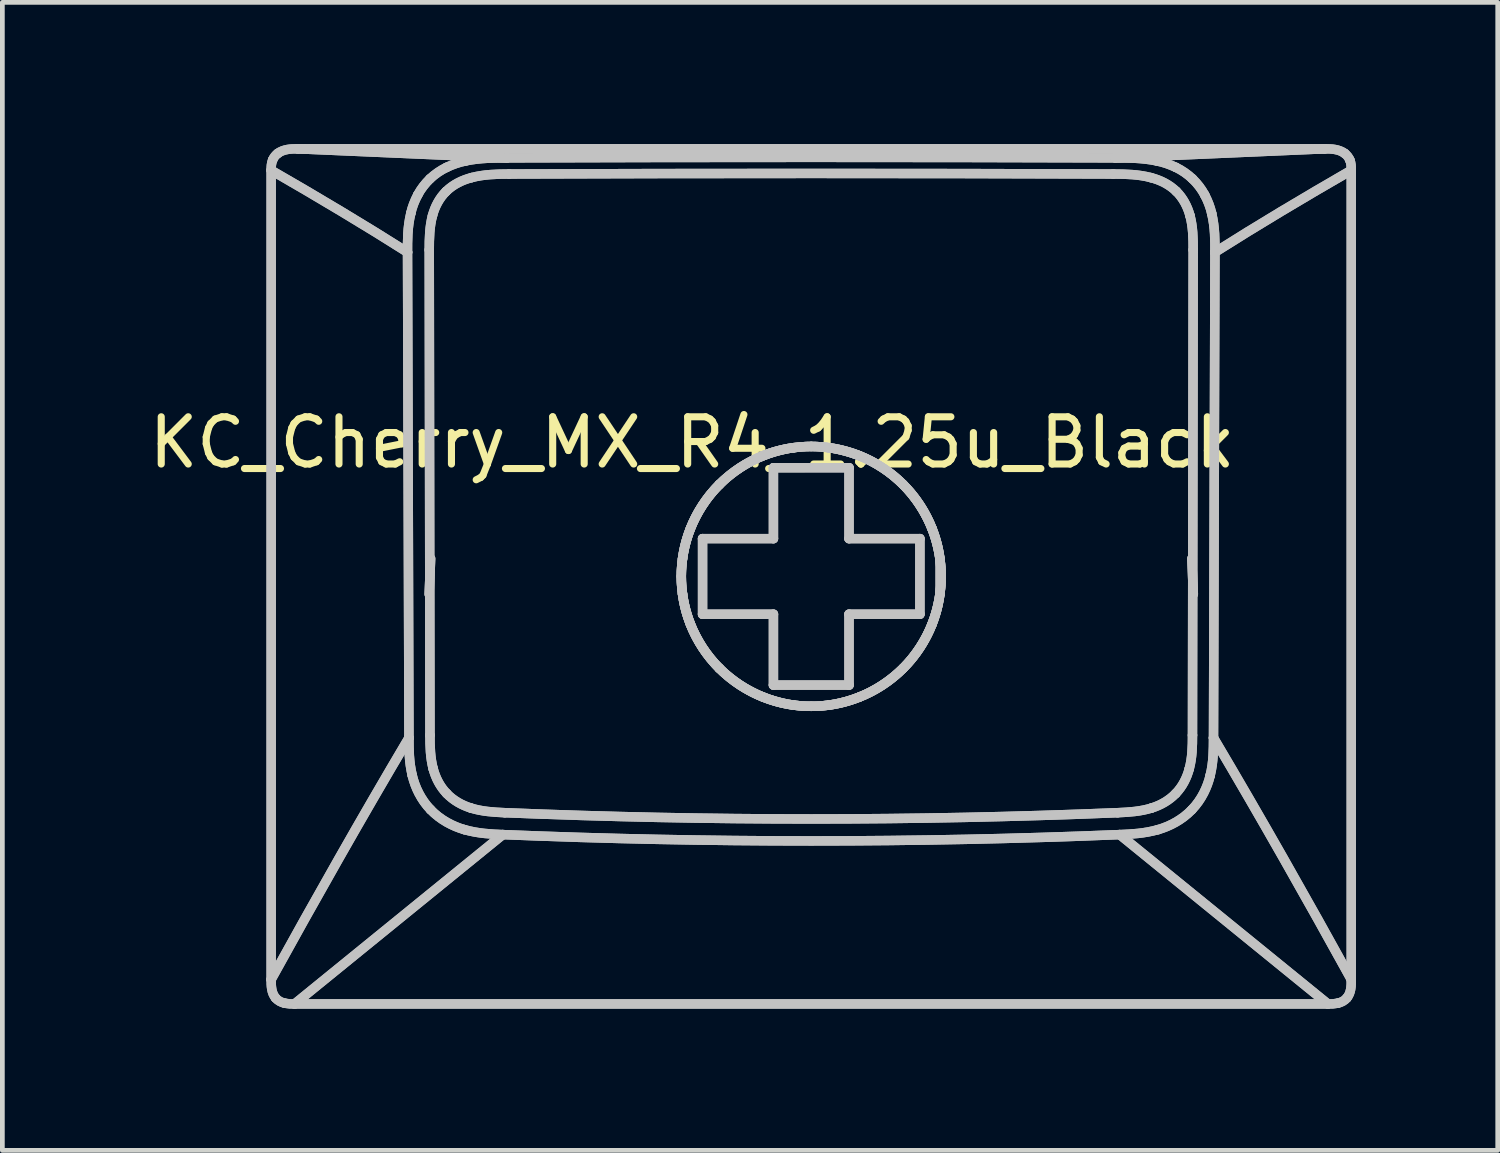
<source format=kicad_pcb>
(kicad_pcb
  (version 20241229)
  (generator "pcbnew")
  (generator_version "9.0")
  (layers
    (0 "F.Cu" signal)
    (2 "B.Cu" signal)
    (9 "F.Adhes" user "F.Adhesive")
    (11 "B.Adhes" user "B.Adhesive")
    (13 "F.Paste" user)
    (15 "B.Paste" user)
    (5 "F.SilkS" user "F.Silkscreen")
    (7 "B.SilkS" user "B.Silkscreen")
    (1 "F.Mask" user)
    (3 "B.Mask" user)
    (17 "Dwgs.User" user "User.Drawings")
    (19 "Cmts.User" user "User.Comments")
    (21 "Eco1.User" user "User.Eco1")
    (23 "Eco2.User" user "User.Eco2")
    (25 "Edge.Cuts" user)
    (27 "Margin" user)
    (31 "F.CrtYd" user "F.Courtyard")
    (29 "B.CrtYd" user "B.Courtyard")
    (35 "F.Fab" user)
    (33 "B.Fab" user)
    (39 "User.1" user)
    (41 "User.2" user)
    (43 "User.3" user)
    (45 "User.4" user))
  (footprint "KC_Cherry_MX_R4_1.25u_Black"
    (layer "F.Cu")
    (at 14.141 9.111)
    (property "Reference" "KC_Cherry_MX_R4_1.25u_Black" (at -2.54 -2.794 0) (layer "F.SilkS") (effects (font (size 1 1) (thickness 0.15))))
    (attr allow_missing_courtyard)
    (fp_line (start -11.451 8.572) (end -11.451 -8.557) (stroke (width 0.2) (type default)) (layer "Dwgs.User"))
    (fp_line (start -11.451 8.572) (end -11.451 -8.557) (stroke (width 0.2) (type default)) (layer "Dwgs.User"))
    (fp_line (start -10.956 9.089) (end -6.548 5.505) (stroke (width 0.2) (type default)) (layer "Dwgs.User"))
    (fp_line (start -10.956 9.089) (end -6.548 5.505) (stroke (width 0.2) (type default)) (layer "Dwgs.User"))
    (fp_line (start -10.886 -9.011) (end 10.846 -9.011) (stroke (width 0.2) (type default)) (layer "Dwgs.User"))
    (fp_line (start -10.886 -9.011) (end 10.846 -9.011) (stroke (width 0.2) (type default)) (layer "Dwgs.User"))
    (fp_line (start -8.565 -6.821) (end -8.535 3.456) (stroke (width 0.2) (type default)) (layer "Dwgs.User"))
    (fp_line (start -8.565 -6.821) (end -8.535 3.456) (stroke (width 0.2) (type default)) (layer "Dwgs.User"))
    (fp_line (start -8.105 -6.872) (end -8.09 3.401) (stroke (width 0.2) (type default)) (layer "Dwgs.User"))
    (fp_line (start -8.105 -6.872) (end -8.09 3.401) (stroke (width 0.2) (type default)) (layer "Dwgs.User"))
    (fp_line (start -8.075 -0.336) (end -8.108 0.414) (stroke (width 0.2) (type default)) (layer "Dwgs.User"))
    (fp_line (start -8.075 -0.336) (end -8.108 0.414) (stroke (width 0.2) (type default)) (layer "Dwgs.User"))
    (fp_line (start -6.457 -8.819) (end -10.886 -9.011) (stroke (width 0.2) (type default)) (layer "Dwgs.User"))
    (fp_line (start -6.457 -8.819) (end -10.886 -9.011) (stroke (width 0.2) (type default)) (layer "Dwgs.User"))
    (fp_line (start -2.32 -0.76) (end -0.82 -0.76) (stroke (width 0.2) (type default)) (layer "Dwgs.User"))
    (fp_line (start -2.32 -0.76) (end -0.82 -0.76) (stroke (width 0.2) (type default)) (layer "Dwgs.User"))
    (fp_line (start -2.32 0.84) (end -2.32 -0.76) (stroke (width 0.2) (type default)) (layer "Dwgs.User"))
    (fp_line (start -2.32 0.84) (end -2.32 -0.76) (stroke (width 0.2) (type default)) (layer "Dwgs.User"))
    (fp_line (start -0.82 -2.26) (end 0.78 -2.26) (stroke (width 0.2) (type default)) (layer "Dwgs.User"))
    (fp_line (start -0.82 -2.26) (end 0.78 -2.26) (stroke (width 0.2) (type default)) (layer "Dwgs.User"))
    (fp_line (start -0.82 -0.76) (end -0.82 -2.26) (stroke (width 0.2) (type default)) (layer "Dwgs.User"))
    (fp_line (start -0.82 -0.76) (end -0.82 -2.26) (stroke (width 0.2) (type default)) (layer "Dwgs.User"))
    (fp_line (start -0.82 0.84) (end -2.32 0.84) (stroke (width 0.2) (type default)) (layer "Dwgs.User"))
    (fp_line (start -0.82 0.84) (end -2.32 0.84) (stroke (width 0.2) (type default)) (layer "Dwgs.User"))
    (fp_line (start -0.82 2.34) (end -0.82 0.84) (stroke (width 0.2) (type default)) (layer "Dwgs.User"))
    (fp_line (start -0.82 2.34) (end -0.82 0.84) (stroke (width 0.2) (type default)) (layer "Dwgs.User"))
    (fp_line (start -0.395 -2.685) (end -0.395 -2.685) (stroke (width 0.2) (type default)) (layer "Dwgs.User"))
    (fp_line (start -0.395 -2.685) (end -0.395 -2.685) (stroke (width 0.2) (type default)) (layer "Dwgs.User"))
    (fp_line (start -0.395 2.764) (end -0.395 2.764) (stroke (width 0.2) (type default)) (layer "Dwgs.User"))
    (fp_line (start -0.395 2.764) (end -0.395 2.764) (stroke (width 0.2) (type default)) (layer "Dwgs.User"))
    (fp_line (start 0.355 -2.685) (end 0.355 -2.685) (stroke (width 0.2) (type default)) (layer "Dwgs.User"))
    (fp_line (start 0.355 -2.685) (end 0.355 -2.685) (stroke (width 0.2) (type default)) (layer "Dwgs.User"))
    (fp_line (start 0.355 2.764) (end 0.355 2.764) (stroke (width 0.2) (type default)) (layer "Dwgs.User"))
    (fp_line (start 0.355 2.764) (end 0.355 2.764) (stroke (width 0.2) (type default)) (layer "Dwgs.User"))
    (fp_line (start 0.78 -2.26) (end 0.78 -0.76) (stroke (width 0.2) (type default)) (layer "Dwgs.User"))
    (fp_line (start 0.78 -2.26) (end 0.78 -0.76) (stroke (width 0.2) (type default)) (layer "Dwgs.User"))
    (fp_line (start 0.78 -0.76) (end 2.28 -0.76) (stroke (width 0.2) (type default)) (layer "Dwgs.User"))
    (fp_line (start 0.78 -0.76) (end 2.28 -0.76) (stroke (width 0.2) (type default)) (layer "Dwgs.User"))
    (fp_line (start 0.78 0.84) (end 0.78 2.34) (stroke (width 0.2) (type default)) (layer "Dwgs.User"))
    (fp_line (start 0.78 0.84) (end 0.78 2.34) (stroke (width 0.2) (type default)) (layer "Dwgs.User"))
    (fp_line (start 0.78 2.34) (end -0.82 2.34) (stroke (width 0.2) (type default)) (layer "Dwgs.User"))
    (fp_line (start 0.78 2.34) (end -0.82 2.34) (stroke (width 0.2) (type default)) (layer "Dwgs.User"))
    (fp_line (start 2.28 -0.76) (end 2.28 0.84) (stroke (width 0.2) (type default)) (layer "Dwgs.User"))
    (fp_line (start 2.28 -0.76) (end 2.28 0.84) (stroke (width 0.2) (type default)) (layer "Dwgs.User"))
    (fp_line (start 2.28 0.84) (end 0.78 0.84) (stroke (width 0.2) (type default)) (layer "Dwgs.User"))
    (fp_line (start 2.28 0.84) (end 0.78 0.84) (stroke (width 0.2) (type default)) (layer "Dwgs.User"))
    (fp_line (start 2.704 0.414) (end 2.704 -0.336) (stroke (width 0.2) (type default)) (layer "Dwgs.User"))
    (fp_line (start 8.035 -0.336) (end 8.068 0.414) (stroke (width 0.2) (type default)) (layer "Dwgs.User"))
    (fp_line (start 8.035 -0.336) (end 8.068 0.414) (stroke (width 0.2) (type default)) (layer "Dwgs.User"))
    (fp_line (start 8.05 3.401) (end 8.065 -6.872) (stroke (width 0.2) (type default)) (layer "Dwgs.User"))
    (fp_line (start 8.05 3.401) (end 8.065 -6.872) (stroke (width 0.2) (type default)) (layer "Dwgs.User"))
    (fp_line (start 8.495 3.456) (end 8.525 -6.821) (stroke (width 0.2) (type default)) (layer "Dwgs.User"))
    (fp_line (start 8.495 3.456) (end 8.525 -6.821) (stroke (width 0.2) (type default)) (layer "Dwgs.User"))
    (fp_line (start 10.846 -9.011) (end 6.417 -8.819) (stroke (width 0.2) (type default)) (layer "Dwgs.User"))
    (fp_line (start 10.846 -9.011) (end 6.417 -8.819) (stroke (width 0.2) (type default)) (layer "Dwgs.User"))
    (fp_line (start 10.916 9.089) (end -10.956 9.089) (stroke (width 0.2) (type default)) (layer "Dwgs.User"))
    (fp_line (start 10.916 9.089) (end -10.956 9.089) (stroke (width 0.2) (type default)) (layer "Dwgs.User"))
    (fp_line (start 10.916 9.089) (end 6.508 5.505) (stroke (width 0.2) (type default)) (layer "Dwgs.User"))
    (fp_line (start 10.916 9.089) (end 6.508 5.505) (stroke (width 0.2) (type default)) (layer "Dwgs.User"))
    (fp_line (start 11.411 -8.557) (end 11.411 8.572) (stroke (width 0.2) (type default)) (layer "Dwgs.User"))
    (fp_line (start 11.411 -8.557) (end 11.411 8.572) (stroke (width 0.2) (type default)) (layer "Dwgs.User"))
    (fp_curve (pts (xy -11.451 -8.557) (xy -11.452 -8.63) (xy -11.449 -8.706) (xy -11.42 -8.775)) (stroke (width 0.2) (type default)) (layer "Dwgs.User"))
    (fp_curve (pts (xy -11.451 -8.557) (xy -11.452 -8.63) (xy -11.449 -8.706) (xy -11.42 -8.775)) (stroke (width 0.2) (type default)) (layer "Dwgs.User"))
    (fp_curve (pts (xy -11.451 8.572) (xy -10.513 6.871) (xy -9.549 5.166) (xy -8.535 3.456)) (stroke (width 0.2) (type default)) (layer "Dwgs.User"))
    (fp_curve (pts (xy -11.451 8.572) (xy -10.513 6.871) (xy -9.549 5.166) (xy -8.535 3.456)) (stroke (width 0.2) (type default)) (layer "Dwgs.User"))
    (fp_curve (pts (xy -11.42 -8.775) (xy -11.396 -8.832) (xy -11.359 -8.878) (xy -11.31 -8.915)) (stroke (width 0.2) (type default)) (layer "Dwgs.User"))
    (fp_curve (pts (xy -11.42 -8.775) (xy -11.396 -8.832) (xy -11.359 -8.878) (xy -11.31 -8.915)) (stroke (width 0.2) (type default)) (layer "Dwgs.User"))
    (fp_curve (pts (xy -11.358 8.962) (xy -11.448 8.854) (xy -11.452 8.706) (xy -11.451 8.572)) (stroke (width 0.2) (type default)) (layer "Dwgs.User"))
    (fp_curve (pts (xy -11.358 8.962) (xy -11.448 8.854) (xy -11.452 8.706) (xy -11.451 8.572)) (stroke (width 0.2) (type default)) (layer "Dwgs.User"))
    (fp_curve (pts (xy -11.31 -8.915) (xy -11.189 -9.005) (xy -11.031 -9.012) (xy -10.886 -9.011)) (stroke (width 0.2) (type default)) (layer "Dwgs.User"))
    (fp_curve (pts (xy -11.31 -8.915) (xy -11.189 -9.005) (xy -11.031 -9.012) (xy -10.886 -9.011)) (stroke (width 0.2) (type default)) (layer "Dwgs.User"))
    (fp_curve (pts (xy -11.162 9.074) (xy -11.237 9.058) (xy -11.309 9.021) (xy -11.358 8.962)) (stroke (width 0.2) (type default)) (layer "Dwgs.User"))
    (fp_curve (pts (xy -11.162 9.074) (xy -11.237 9.058) (xy -11.309 9.021) (xy -11.358 8.962)) (stroke (width 0.2) (type default)) (layer "Dwgs.User"))
    (fp_curve (pts (xy -10.956 9.089) (xy -11.025 9.092) (xy -11.094 9.087) (xy -11.162 9.074)) (stroke (width 0.2) (type default)) (layer "Dwgs.User"))
    (fp_curve (pts (xy -10.956 9.089) (xy -11.025 9.092) (xy -11.094 9.087) (xy -11.162 9.074)) (stroke (width 0.2) (type default)) (layer "Dwgs.User"))
    (fp_curve (pts (xy -8.565 -6.821) (xy -9.466 -7.393) (xy -10.439 -7.974) (xy -11.451 -8.557)) (stroke (width 0.2) (type default)) (layer "Dwgs.User"))
    (fp_curve (pts (xy -8.565 -6.821) (xy -9.466 -7.393) (xy -10.439 -7.974) (xy -11.451 -8.557)) (stroke (width 0.2) (type default)) (layer "Dwgs.User"))
    (fp_curve (pts (xy -8.565 -6.821) (xy -8.565 -7.065) (xy -8.569 -7.34) (xy -8.496 -7.645)) (stroke (width 0.2) (type default)) (layer "Dwgs.User"))
    (fp_curve (pts (xy -8.565 -6.821) (xy -8.565 -7.065) (xy -8.569 -7.34) (xy -8.496 -7.645)) (stroke (width 0.2) (type default)) (layer "Dwgs.User"))
    (fp_curve (pts (xy -8.496 -7.645) (xy -8.467 -7.775) (xy -8.417 -7.906) (xy -8.348 -8.037)) (stroke (width 0.2) (type default)) (layer "Dwgs.User"))
    (fp_curve (pts (xy -8.496 -7.645) (xy -8.467 -7.775) (xy -8.417 -7.906) (xy -8.348 -8.037)) (stroke (width 0.2) (type default)) (layer "Dwgs.User"))
    (fp_curve (pts (xy -8.464 4.256) (xy -8.536 3.962) (xy -8.534 3.693) (xy -8.535 3.456)) (stroke (width 0.2) (type default)) (layer "Dwgs.User"))
    (fp_curve (pts (xy -8.464 4.256) (xy -8.536 3.962) (xy -8.534 3.693) (xy -8.535 3.456)) (stroke (width 0.2) (type default)) (layer "Dwgs.User"))
    (fp_curve (pts (xy -8.348 -8.037) (xy -8.281 -8.162) (xy -8.194 -8.275) (xy -8.089 -8.377)) (stroke (width 0.2) (type default)) (layer "Dwgs.User"))
    (fp_curve (pts (xy -8.348 -8.037) (xy -8.281 -8.162) (xy -8.194 -8.275) (xy -8.089 -8.377)) (stroke (width 0.2) (type default)) (layer "Dwgs.User"))
    (fp_curve (pts (xy -8.105 -6.872) (xy -8.105 -7.115) (xy -8.1 -7.362) (xy -8.037 -7.596)) (stroke (width 0.2) (type default)) (layer "Dwgs.User"))
    (fp_curve (pts (xy -8.105 -6.872) (xy -8.105 -7.115) (xy -8.1 -7.362) (xy -8.037 -7.596)) (stroke (width 0.2) (type default)) (layer "Dwgs.User"))
    (fp_curve (pts (xy -8.089 -8.377) (xy -7.981 -8.478) (xy -7.864 -8.558) (xy -7.739 -8.618)) (stroke (width 0.2) (type default)) (layer "Dwgs.User"))
    (fp_curve (pts (xy -8.089 -8.377) (xy -7.981 -8.478) (xy -7.864 -8.558) (xy -7.739 -8.618)) (stroke (width 0.2) (type default)) (layer "Dwgs.User"))
    (fp_curve (pts (xy -8.077 4.977) (xy -8.282 4.765) (xy -8.406 4.499) (xy -8.464 4.256)) (stroke (width 0.2) (type default)) (layer "Dwgs.User"))
    (fp_curve (pts (xy -8.077 4.977) (xy -8.282 4.765) (xy -8.406 4.499) (xy -8.464 4.256)) (stroke (width 0.2) (type default)) (layer "Dwgs.User"))
    (fp_curve (pts (xy -8.037 -7.596) (xy -7.986 -7.788) (xy -7.89 -7.97) (xy -7.748 -8.11)) (stroke (width 0.2) (type default)) (layer "Dwgs.User"))
    (fp_curve (pts (xy -8.037 -7.596) (xy -7.986 -7.788) (xy -7.89 -7.97) (xy -7.748 -8.11)) (stroke (width 0.2) (type default)) (layer "Dwgs.User"))
    (fp_curve (pts (xy -8.022 4.111) (xy -8.084 3.879) (xy -8.09 3.638) (xy -8.09 3.401)) (stroke (width 0.2) (type default)) (layer "Dwgs.User"))
    (fp_curve (pts (xy -8.022 4.111) (xy -8.084 3.879) (xy -8.09 3.638) (xy -8.09 3.401)) (stroke (width 0.2) (type default)) (layer "Dwgs.User"))
    (fp_curve (pts (xy -7.748 -8.11) (xy -7.6 -8.256) (xy -7.408 -8.35) (xy -7.207 -8.402)) (stroke (width 0.2) (type default)) (layer "Dwgs.User"))
    (fp_curve (pts (xy -7.748 -8.11) (xy -7.6 -8.256) (xy -7.408 -8.35) (xy -7.207 -8.402)) (stroke (width 0.2) (type default)) (layer "Dwgs.User"))
    (fp_curve (pts (xy -7.739 -8.618) (xy -7.604 -8.682) (xy -7.47 -8.727) (xy -7.338 -8.754)) (stroke (width 0.2) (type default)) (layer "Dwgs.User"))
    (fp_curve (pts (xy -7.739 -8.618) (xy -7.604 -8.682) (xy -7.47 -8.727) (xy -7.338 -8.754)) (stroke (width 0.2) (type default)) (layer "Dwgs.User"))
    (fp_curve (pts (xy -7.736 4.634) (xy -7.877 4.488) (xy -7.971 4.304) (xy -8.022 4.111)) (stroke (width 0.2) (type default)) (layer "Dwgs.User"))
    (fp_curve (pts (xy -7.736 4.634) (xy -7.877 4.488) (xy -7.971 4.304) (xy -8.022 4.111)) (stroke (width 0.2) (type default)) (layer "Dwgs.User"))
    (fp_curve (pts (xy -7.363 5.399) (xy -7.608 5.329) (xy -7.873 5.191) (xy -8.077 4.977)) (stroke (width 0.2) (type default)) (layer "Dwgs.User"))
    (fp_curve (pts (xy -7.363 5.399) (xy -7.608 5.329) (xy -7.873 5.191) (xy -8.077 4.977)) (stroke (width 0.2) (type default)) (layer "Dwgs.User"))
    (fp_curve (pts (xy -7.338 -8.754) (xy -7.018 -8.821) (xy -6.725 -8.817) (xy -6.457 -8.819)) (stroke (width 0.2) (type default)) (layer "Dwgs.User"))
    (fp_curve (pts (xy -7.338 -8.754) (xy -7.018 -8.821) (xy -6.725 -8.817) (xy -6.457 -8.819)) (stroke (width 0.2) (type default)) (layer "Dwgs.User"))
    (fp_curve (pts (xy -7.222 4.943) (xy -7.415 4.883) (xy -7.596 4.781) (xy -7.736 4.634)) (stroke (width 0.2) (type default)) (layer "Dwgs.User"))
    (fp_curve (pts (xy -7.222 4.943) (xy -7.415 4.883) (xy -7.596 4.781) (xy -7.736 4.634)) (stroke (width 0.2) (type default)) (layer "Dwgs.User"))
    (fp_curve (pts (xy -7.207 -8.402) (xy -6.951 -8.47) (xy -6.681 -8.477) (xy -6.415 -8.478)) (stroke (width 0.2) (type default)) (layer "Dwgs.User"))
    (fp_curve (pts (xy -7.207 -8.402) (xy -6.951 -8.47) (xy -6.681 -8.477) (xy -6.415 -8.478)) (stroke (width 0.2) (type default)) (layer "Dwgs.User"))
    (fp_curve (pts (xy -6.548 5.505) (xy -6.791 5.494) (xy -7.065 5.484) (xy -7.363 5.399)) (stroke (width 0.2) (type default)) (layer "Dwgs.User"))
    (fp_curve (pts (xy -6.548 5.505) (xy -6.791 5.494) (xy -7.065 5.484) (xy -7.363 5.399)) (stroke (width 0.2) (type default)) (layer "Dwgs.User"))
    (fp_curve (pts (xy -6.506 5.041) (xy -6.747 5.031) (xy -6.991 5.015) (xy -7.222 4.943)) (stroke (width 0.2) (type default)) (layer "Dwgs.User"))
    (fp_curve (pts (xy -6.506 5.041) (xy -6.747 5.031) (xy -6.991 5.015) (xy -7.222 4.943)) (stroke (width 0.2) (type default)) (layer "Dwgs.User"))
    (fp_curve (pts (xy -6.457 -8.819) (xy -2.181 -8.834) (xy 2.141 -8.834) (xy 6.417 -8.819)) (stroke (width 0.2) (type default)) (layer "Dwgs.User"))
    (fp_curve (pts (xy -6.457 -8.819) (xy -2.181 -8.834) (xy 2.141 -8.834) (xy 6.417 -8.819)) (stroke (width 0.2) (type default)) (layer "Dwgs.User"))
    (fp_curve (pts (xy -6.415 -8.478) (xy -2.166 -8.494) (xy 2.126 -8.494) (xy 6.375 -8.478)) (stroke (width 0.2) (type default)) (layer "Dwgs.User"))
    (fp_curve (pts (xy -6.415 -8.478) (xy -2.166 -8.494) (xy 2.126 -8.494) (xy 6.375 -8.478)) (stroke (width 0.2) (type default)) (layer "Dwgs.User"))
    (fp_curve (pts (xy -2.77 0.039) (xy -2.77 0.363) (xy -2.711 0.713) (xy -2.577 1.052)) (stroke (width 0.2) (type default)) (layer "Dwgs.User"))
    (fp_curve (pts (xy -2.77 0.039) (xy -2.77 0.363) (xy -2.711 0.713) (xy -2.577 1.052)) (stroke (width 0.2) (type default)) (layer "Dwgs.User"))
    (fp_curve (pts (xy -2.744 0.414) (xy -2.665 1.001) (xy -2.389 1.562) (xy -1.965 1.984)) (stroke (width 0.2) (type default)) (layer "Dwgs.User"))
    (fp_curve (pts (xy -2.744 0.414) (xy -2.665 1.001) (xy -2.389 1.562) (xy -1.965 1.984)) (stroke (width 0.2) (type default)) (layer "Dwgs.User"))
    (fp_curve (pts (xy -2.744 -0.336) (xy -2.779 -0.086) (xy -2.779 0.164) (xy -2.744 0.414)) (stroke (width 0.2) (type default)) (layer "Dwgs.User"))
    (fp_curve (pts (xy -2.744 -0.336) (xy -2.779 -0.086) (xy -2.779 0.164) (xy -2.744 0.414)) (stroke (width 0.2) (type default)) (layer "Dwgs.User"))
    (fp_curve (pts (xy -2.577 -0.973) (xy -2.711 -0.634) (xy -2.77 -0.284) (xy -2.77 0.039)) (stroke (width 0.2) (type default)) (layer "Dwgs.User"))
    (fp_curve (pts (xy -2.577 -0.973) (xy -2.711 -0.634) (xy -2.77 -0.284) (xy -2.77 0.039)) (stroke (width 0.2) (type default)) (layer "Dwgs.User"))
    (fp_curve (pts (xy -2.577 1.052) (xy -2.444 1.39) (xy -2.234 1.716) (xy -1.965 1.984)) (stroke (width 0.2) (type default)) (layer "Dwgs.User"))
    (fp_curve (pts (xy -2.577 1.052) (xy -2.444 1.39) (xy -2.234 1.716) (xy -1.965 1.984)) (stroke (width 0.2) (type default)) (layer "Dwgs.User"))
    (fp_curve (pts (xy -1.965 -1.905) (xy -2.388 -1.483) (xy -2.665 -0.923) (xy -2.744 -0.336)) (stroke (width 0.2) (type default)) (layer "Dwgs.User"))
    (fp_curve (pts (xy -1.965 -1.905) (xy -2.388 -1.483) (xy -2.665 -0.923) (xy -2.744 -0.336)) (stroke (width 0.2) (type default)) (layer "Dwgs.User"))
    (fp_curve (pts (xy -1.965 1.984) (xy -1.54 2.408) (xy -0.988 2.682) (xy -0.395 2.764)) (stroke (width 0.2) (type default)) (layer "Dwgs.User"))
    (fp_curve (pts (xy -1.965 1.984) (xy -1.54 2.408) (xy -0.988 2.682) (xy -0.395 2.764)) (stroke (width 0.2) (type default)) (layer "Dwgs.User"))
    (fp_curve (pts (xy -1.965 -1.905) (xy -2.234 -1.637) (xy -2.444 -1.311) (xy -2.577 -0.973)) (stroke (width 0.2) (type default)) (layer "Dwgs.User"))
    (fp_curve (pts (xy -1.965 -1.905) (xy -2.234 -1.637) (xy -2.444 -1.311) (xy -2.577 -0.973)) (stroke (width 0.2) (type default)) (layer "Dwgs.User"))
    (fp_curve (pts (xy -1.965 1.984) (xy -1.696 2.253) (xy -1.371 2.463) (xy -1.032 2.596)) (stroke (width 0.2) (type default)) (layer "Dwgs.User"))
    (fp_curve (pts (xy -1.965 1.984) (xy -1.696 2.253) (xy -1.371 2.463) (xy -1.032 2.596)) (stroke (width 0.2) (type default)) (layer "Dwgs.User"))
    (fp_curve (pts (xy -1.032 -2.518) (xy -1.371 -2.384) (xy -1.696 -2.174) (xy -1.965 -1.905)) (stroke (width 0.2) (type default)) (layer "Dwgs.User"))
    (fp_curve (pts (xy -1.032 -2.518) (xy -1.371 -2.384) (xy -1.696 -2.174) (xy -1.965 -1.905)) (stroke (width 0.2) (type default)) (layer "Dwgs.User"))
    (fp_curve (pts (xy -1.032 2.596) (xy -0.693 2.731) (xy -0.344 2.79) (xy -0.02 2.789)) (stroke (width 0.2) (type default)) (layer "Dwgs.User"))
    (fp_curve (pts (xy -1.032 2.596) (xy -0.693 2.731) (xy -0.344 2.79) (xy -0.02 2.789)) (stroke (width 0.2) (type default)) (layer "Dwgs.User"))
    (fp_curve (pts (xy -0.395 -2.685) (xy -0.988 -2.603) (xy -1.54 -2.33) (xy -1.965 -1.905)) (stroke (width 0.2) (type default)) (layer "Dwgs.User"))
    (fp_curve (pts (xy -0.395 -2.685) (xy -0.988 -2.603) (xy -1.54 -2.33) (xy -1.965 -1.905)) (stroke (width 0.2) (type default)) (layer "Dwgs.User"))
    (fp_curve (pts (xy -0.395 -2.685) (xy -0.145 -2.719) (xy 0.105 -2.719) (xy 0.355 -2.685)) (stroke (width 0.2) (type default)) (layer "Dwgs.User"))
    (fp_curve (pts (xy -0.395 -2.685) (xy -0.145 -2.719) (xy 0.105 -2.719) (xy 0.355 -2.685)) (stroke (width 0.2) (type default)) (layer "Dwgs.User"))
    (fp_curve (pts (xy -0.02 -2.711) (xy -0.344 -2.711) (xy -0.693 -2.652) (xy -1.032 -2.518)) (stroke (width 0.2) (type default)) (layer "Dwgs.User"))
    (fp_curve (pts (xy -0.02 -2.711) (xy -0.344 -2.711) (xy -0.693 -2.652) (xy -1.032 -2.518)) (stroke (width 0.2) (type default)) (layer "Dwgs.User"))
    (fp_curve (pts (xy -0.02 2.789) (xy 0.304 2.79) (xy 0.653 2.731) (xy 0.992 2.596)) (stroke (width 0.2) (type default)) (layer "Dwgs.User"))
    (fp_curve (pts (xy -0.02 2.789) (xy 0.304 2.79) (xy 0.653 2.731) (xy 0.992 2.596)) (stroke (width 0.2) (type default)) (layer "Dwgs.User"))
    (fp_curve (pts (xy 0.355 2.764) (xy 0.105 2.798) (xy -0.145 2.798) (xy -0.395 2.764)) (stroke (width 0.2) (type default)) (layer "Dwgs.User"))
    (fp_curve (pts (xy 0.355 2.764) (xy 0.105 2.798) (xy -0.145 2.798) (xy -0.395 2.764)) (stroke (width 0.2) (type default)) (layer "Dwgs.User"))
    (fp_curve (pts (xy 0.355 2.764) (xy 0.948 2.682) (xy 1.5 2.408) (xy 1.925 1.984)) (stroke (width 0.2) (type default)) (layer "Dwgs.User"))
    (fp_curve (pts (xy 0.355 2.764) (xy 0.948 2.682) (xy 1.5 2.408) (xy 1.925 1.984)) (stroke (width 0.2) (type default)) (layer "Dwgs.User"))
    (fp_curve (pts (xy 0.992 -2.518) (xy 0.653 -2.652) (xy 0.304 -2.711) (xy -0.02 -2.711)) (stroke (width 0.2) (type default)) (layer "Dwgs.User"))
    (fp_curve (pts (xy 0.992 -2.518) (xy 0.653 -2.652) (xy 0.304 -2.711) (xy -0.02 -2.711)) (stroke (width 0.2) (type default)) (layer "Dwgs.User"))
    (fp_curve (pts (xy 0.992 2.596) (xy 1.331 2.463) (xy 1.656 2.253) (xy 1.925 1.984)) (stroke (width 0.2) (type default)) (layer "Dwgs.User"))
    (fp_curve (pts (xy 0.992 2.596) (xy 1.331 2.463) (xy 1.656 2.253) (xy 1.925 1.984)) (stroke (width 0.2) (type default)) (layer "Dwgs.User"))
    (fp_curve (pts (xy 1.925 -1.905) (xy 1.5 -2.33) (xy 0.948 -2.603) (xy 0.355 -2.685)) (stroke (width 0.2) (type default)) (layer "Dwgs.User"))
    (fp_curve (pts (xy 1.925 -1.905) (xy 1.5 -2.33) (xy 0.948 -2.603) (xy 0.355 -2.685)) (stroke (width 0.2) (type default)) (layer "Dwgs.User"))
    (fp_curve (pts (xy 1.925 -1.905) (xy 1.656 -2.174) (xy 1.331 -2.384) (xy 0.992 -2.518)) (stroke (width 0.2) (type default)) (layer "Dwgs.User"))
    (fp_curve (pts (xy 1.925 -1.905) (xy 1.656 -2.174) (xy 1.331 -2.384) (xy 0.992 -2.518)) (stroke (width 0.2) (type default)) (layer "Dwgs.User"))
    (fp_curve (pts (xy 1.925 1.984) (xy 2.194 1.716) (xy 2.404 1.39) (xy 2.537 1.052)) (stroke (width 0.2) (type default)) (layer "Dwgs.User"))
    (fp_curve (pts (xy 1.925 1.984) (xy 2.194 1.716) (xy 2.404 1.39) (xy 2.537 1.052)) (stroke (width 0.2) (type default)) (layer "Dwgs.User"))
    (fp_curve (pts (xy 1.925 1.984) (xy 2.349 1.562) (xy 2.625 1.001) (xy 2.704 0.414)) (stroke (width 0.2) (type default)) (layer "Dwgs.User"))
    (fp_curve (pts (xy 1.925 1.984) (xy 2.349 1.562) (xy 2.625 1.001) (xy 2.704 0.414)) (stroke (width 0.2) (type default)) (layer "Dwgs.User"))
    (fp_curve (pts (xy 2.537 -0.973) (xy 2.404 -1.311) (xy 2.194 -1.637) (xy 1.925 -1.905)) (stroke (width 0.2) (type default)) (layer "Dwgs.User"))
    (fp_curve (pts (xy 2.537 -0.973) (xy 2.404 -1.311) (xy 2.194 -1.637) (xy 1.925 -1.905)) (stroke (width 0.2) (type default)) (layer "Dwgs.User"))
    (fp_curve (pts (xy 2.537 1.052) (xy 2.671 0.713) (xy 2.73 0.363) (xy 2.73 0.039)) (stroke (width 0.2) (type default)) (layer "Dwgs.User"))
    (fp_curve (pts (xy 2.537 1.052) (xy 2.671 0.713) (xy 2.73 0.363) (xy 2.73 0.039)) (stroke (width 0.2) (type default)) (layer "Dwgs.User"))
    (fp_curve (pts (xy 2.704 -0.336) (xy 2.625 -0.923) (xy 2.348 -1.483) (xy 1.925 -1.905)) (stroke (width 0.2) (type default)) (layer "Dwgs.User"))
    (fp_curve (pts (xy 2.704 -0.336) (xy 2.625 -0.923) (xy 2.348 -1.483) (xy 1.925 -1.905)) (stroke (width 0.2) (type default)) (layer "Dwgs.User"))
    (fp_curve (pts (xy 2.704 -0.336) (xy 2.721 -0.212) (xy 2.73 -0.086) (xy 2.73 0.039)) (stroke (width 0.2) (type default)) (layer "Dwgs.User"))
    (fp_curve (pts (xy 2.704 -0.336) (xy 2.721 -0.212) (xy 2.73 -0.086) (xy 2.73 0.039)) (stroke (width 0.2) (type default)) (layer "Dwgs.User"))
    (fp_curve (pts (xy 2.73 0.039) (xy 2.73 -0.284) (xy 2.671 -0.634) (xy 2.537 -0.973)) (stroke (width 0.2) (type default)) (layer "Dwgs.User"))
    (fp_curve (pts (xy 2.73 0.039) (xy 2.73 -0.284) (xy 2.671 -0.634) (xy 2.537 -0.973)) (stroke (width 0.2) (type default)) (layer "Dwgs.User"))
    (fp_curve (pts (xy 2.73 0.039) (xy 2.73 0.165) (xy 2.721 0.29) (xy 2.704 0.414)) (stroke (width 0.2) (type default)) (layer "Dwgs.User"))
    (fp_curve (pts (xy 2.73 0.039) (xy 2.73 0.165) (xy 2.721 0.29) (xy 2.704 0.414)) (stroke (width 0.2) (type default)) (layer "Dwgs.User"))
    (fp_curve (pts (xy 6.375 -8.478) (xy 6.641 -8.477) (xy 6.911 -8.47) (xy 7.167 -8.402)) (stroke (width 0.2) (type default)) (layer "Dwgs.User"))
    (fp_curve (pts (xy 6.375 -8.478) (xy 6.641 -8.477) (xy 6.911 -8.47) (xy 7.167 -8.402)) (stroke (width 0.2) (type default)) (layer "Dwgs.User"))
    (fp_curve (pts (xy 6.417 -8.819) (xy 6.685 -8.817) (xy 6.978 -8.821) (xy 7.298 -8.754)) (stroke (width 0.2) (type default)) (layer "Dwgs.User"))
    (fp_curve (pts (xy 6.417 -8.819) (xy 6.685 -8.817) (xy 6.978 -8.821) (xy 7.298 -8.754)) (stroke (width 0.2) (type default)) (layer "Dwgs.User"))
    (fp_curve (pts (xy 6.466 5.041) (xy 2.157 5.218) (xy -2.197 5.218) (xy -6.506 5.041)) (stroke (width 0.2) (type default)) (layer "Dwgs.User"))
    (fp_curve (pts (xy 6.466 5.041) (xy 2.157 5.218) (xy -2.197 5.218) (xy -6.506 5.041)) (stroke (width 0.2) (type default)) (layer "Dwgs.User"))
    (fp_curve (pts (xy 6.508 5.505) (xy 2.172 5.683) (xy -2.212 5.683) (xy -6.548 5.505)) (stroke (width 0.2) (type default)) (layer "Dwgs.User"))
    (fp_curve (pts (xy 6.508 5.505) (xy 2.172 5.683) (xy -2.212 5.683) (xy -6.548 5.505)) (stroke (width 0.2) (type default)) (layer "Dwgs.User"))
    (fp_curve (pts (xy 7.167 -8.402) (xy 7.368 -8.35) (xy 7.56 -8.256) (xy 7.708 -8.11)) (stroke (width 0.2) (type default)) (layer "Dwgs.User"))
    (fp_curve (pts (xy 7.167 -8.402) (xy 7.368 -8.35) (xy 7.56 -8.256) (xy 7.708 -8.11)) (stroke (width 0.2) (type default)) (layer "Dwgs.User"))
    (fp_curve (pts (xy 7.182 4.943) (xy 6.951 5.015) (xy 6.707 5.031) (xy 6.466 5.041)) (stroke (width 0.2) (type default)) (layer "Dwgs.User"))
    (fp_curve (pts (xy 7.182 4.943) (xy 6.951 5.015) (xy 6.707 5.031) (xy 6.466 5.041)) (stroke (width 0.2) (type default)) (layer "Dwgs.User"))
    (fp_curve (pts (xy 7.298 -8.754) (xy 7.43 -8.727) (xy 7.564 -8.682) (xy 7.699 -8.618)) (stroke (width 0.2) (type default)) (layer "Dwgs.User"))
    (fp_curve (pts (xy 7.298 -8.754) (xy 7.43 -8.727) (xy 7.564 -8.682) (xy 7.699 -8.618)) (stroke (width 0.2) (type default)) (layer "Dwgs.User"))
    (fp_curve (pts (xy 7.323 5.399) (xy 7.025 5.484) (xy 6.751 5.494) (xy 6.508 5.505)) (stroke (width 0.2) (type default)) (layer "Dwgs.User"))
    (fp_curve (pts (xy 7.323 5.399) (xy 7.025 5.484) (xy 6.751 5.494) (xy 6.508 5.505)) (stroke (width 0.2) (type default)) (layer "Dwgs.User"))
    (fp_curve (pts (xy 7.696 4.634) (xy 7.556 4.781) (xy 7.375 4.883) (xy 7.182 4.943)) (stroke (width 0.2) (type default)) (layer "Dwgs.User"))
    (fp_curve (pts (xy 7.696 4.634) (xy 7.556 4.781) (xy 7.375 4.883) (xy 7.182 4.943)) (stroke (width 0.2) (type default)) (layer "Dwgs.User"))
    (fp_curve (pts (xy 7.699 -8.618) (xy 7.824 -8.558) (xy 7.941 -8.478) (xy 8.049 -8.377)) (stroke (width 0.2) (type default)) (layer "Dwgs.User"))
    (fp_curve (pts (xy 7.699 -8.618) (xy 7.824 -8.558) (xy 7.941 -8.478) (xy 8.049 -8.377)) (stroke (width 0.2) (type default)) (layer "Dwgs.User"))
    (fp_curve (pts (xy 7.708 -8.11) (xy 7.85 -7.97) (xy 7.946 -7.788) (xy 7.997 -7.596)) (stroke (width 0.2) (type default)) (layer "Dwgs.User"))
    (fp_curve (pts (xy 7.708 -8.11) (xy 7.85 -7.97) (xy 7.946 -7.788) (xy 7.997 -7.596)) (stroke (width 0.2) (type default)) (layer "Dwgs.User"))
    (fp_curve (pts (xy 7.982 4.11) (xy 7.931 4.304) (xy 7.837 4.489) (xy 7.696 4.634)) (stroke (width 0.2) (type default)) (layer "Dwgs.User"))
    (fp_curve (pts (xy 7.982 4.11) (xy 7.931 4.304) (xy 7.837 4.489) (xy 7.696 4.634)) (stroke (width 0.2) (type default)) (layer "Dwgs.User"))
    (fp_curve (pts (xy 7.997 -7.596) (xy 8.06 -7.362) (xy 8.065 -7.115) (xy 8.065 -6.872)) (stroke (width 0.2) (type default)) (layer "Dwgs.User"))
    (fp_curve (pts (xy 7.997 -7.596) (xy 8.06 -7.362) (xy 8.065 -7.115) (xy 8.065 -6.872)) (stroke (width 0.2) (type default)) (layer "Dwgs.User"))
    (fp_curve (pts (xy 8.037 4.977) (xy 7.833 5.191) (xy 7.568 5.329) (xy 7.323 5.399)) (stroke (width 0.2) (type default)) (layer "Dwgs.User"))
    (fp_curve (pts (xy 8.037 4.977) (xy 7.833 5.191) (xy 7.568 5.329) (xy 7.323 5.399)) (stroke (width 0.2) (type default)) (layer "Dwgs.User"))
    (fp_curve (pts (xy 8.049 -8.377) (xy 8.154 -8.275) (xy 8.241 -8.162) (xy 8.308 -8.037)) (stroke (width 0.2) (type default)) (layer "Dwgs.User"))
    (fp_curve (pts (xy 8.049 -8.377) (xy 8.154 -8.275) (xy 8.241 -8.162) (xy 8.308 -8.037)) (stroke (width 0.2) (type default)) (layer "Dwgs.User"))
    (fp_curve (pts (xy 8.05 3.401) (xy 8.05 3.638) (xy 8.044 3.88) (xy 7.982 4.11)) (stroke (width 0.2) (type default)) (layer "Dwgs.User"))
    (fp_curve (pts (xy 8.05 3.401) (xy 8.05 3.638) (xy 8.044 3.88) (xy 7.982 4.11)) (stroke (width 0.2) (type default)) (layer "Dwgs.User"))
    (fp_curve (pts (xy 8.308 -8.037) (xy 8.377 -7.906) (xy 8.427 -7.775) (xy 8.456 -7.645)) (stroke (width 0.2) (type default)) (layer "Dwgs.User"))
    (fp_curve (pts (xy 8.308 -8.037) (xy 8.377 -7.906) (xy 8.427 -7.775) (xy 8.456 -7.645)) (stroke (width 0.2) (type default)) (layer "Dwgs.User"))
    (fp_curve (pts (xy 8.424 4.255) (xy 8.366 4.499) (xy 8.242 4.765) (xy 8.037 4.977)) (stroke (width 0.2) (type default)) (layer "Dwgs.User"))
    (fp_curve (pts (xy 8.424 4.255) (xy 8.366 4.499) (xy 8.242 4.765) (xy 8.037 4.977)) (stroke (width 0.2) (type default)) (layer "Dwgs.User"))
    (fp_curve (pts (xy 8.456 -7.645) (xy 8.529 -7.34) (xy 8.525 -7.065) (xy 8.525 -6.821)) (stroke (width 0.2) (type default)) (layer "Dwgs.User"))
    (fp_curve (pts (xy 8.456 -7.645) (xy 8.529 -7.34) (xy 8.525 -7.065) (xy 8.525 -6.821)) (stroke (width 0.2) (type default)) (layer "Dwgs.User"))
    (fp_curve (pts (xy 8.495 3.456) (xy 8.493 3.692) (xy 8.497 3.962) (xy 8.424 4.255)) (stroke (width 0.2) (type default)) (layer "Dwgs.User"))
    (fp_curve (pts (xy 8.495 3.456) (xy 8.493 3.692) (xy 8.497 3.962) (xy 8.424 4.255)) (stroke (width 0.2) (type default)) (layer "Dwgs.User"))
    (fp_curve (pts (xy 10.846 -9.011) (xy 10.991 -9.012) (xy 11.149 -9.005) (xy 11.27 -8.915)) (stroke (width 0.2) (type default)) (layer "Dwgs.User"))
    (fp_curve (pts (xy 10.846 -9.011) (xy 10.991 -9.012) (xy 11.149 -9.005) (xy 11.27 -8.915)) (stroke (width 0.2) (type default)) (layer "Dwgs.User"))
    (fp_curve (pts (xy 11.122 9.074) (xy 11.054 9.087) (xy 10.985 9.092) (xy 10.916 9.089)) (stroke (width 0.2) (type default)) (layer "Dwgs.User"))
    (fp_curve (pts (xy 11.122 9.074) (xy 11.054 9.087) (xy 10.985 9.092) (xy 10.916 9.089)) (stroke (width 0.2) (type default)) (layer "Dwgs.User"))
    (fp_curve (pts (xy 11.27 -8.915) (xy 11.319 -8.878) (xy 11.356 -8.832) (xy 11.38 -8.775)) (stroke (width 0.2) (type default)) (layer "Dwgs.User"))
    (fp_curve (pts (xy 11.27 -8.915) (xy 11.319 -8.878) (xy 11.356 -8.832) (xy 11.38 -8.775)) (stroke (width 0.2) (type default)) (layer "Dwgs.User"))
    (fp_curve (pts (xy 11.318 8.962) (xy 11.269 9.021) (xy 11.197 9.058) (xy 11.122 9.074)) (stroke (width 0.2) (type default)) (layer "Dwgs.User"))
    (fp_curve (pts (xy 11.318 8.962) (xy 11.269 9.021) (xy 11.197 9.058) (xy 11.122 9.074)) (stroke (width 0.2) (type default)) (layer "Dwgs.User"))
    (fp_curve (pts (xy 11.38 -8.775) (xy 11.409 -8.706) (xy 11.412 -8.63) (xy 11.411 -8.557)) (stroke (width 0.2) (type default)) (layer "Dwgs.User"))
    (fp_curve (pts (xy 11.38 -8.775) (xy 11.409 -8.706) (xy 11.412 -8.63) (xy 11.411 -8.557)) (stroke (width 0.2) (type default)) (layer "Dwgs.User"))
    (fp_curve (pts (xy 11.411 -8.557) (xy 10.399 -7.974) (xy 9.426 -7.393) (xy 8.525 -6.821)) (stroke (width 0.2) (type default)) (layer "Dwgs.User"))
    (fp_curve (pts (xy 11.411 -8.557) (xy 10.399 -7.974) (xy 9.426 -7.393) (xy 8.525 -6.821)) (stroke (width 0.2) (type default)) (layer "Dwgs.User"))
    (fp_curve (pts (xy 11.411 8.572) (xy 10.473 6.871) (xy 9.509 5.166) (xy 8.495 3.456)) (stroke (width 0.2) (type default)) (layer "Dwgs.User"))
    (fp_curve (pts (xy 11.411 8.572) (xy 10.473 6.871) (xy 9.509 5.166) (xy 8.495 3.456)) (stroke (width 0.2) (type default)) (layer "Dwgs.User"))
    (fp_curve (pts (xy 11.411 8.572) (xy 11.412 8.706) (xy 11.408 8.854) (xy 11.318 8.962)) (stroke (width 0.2) (type default)) (layer "Dwgs.User"))
    (fp_curve (pts (xy 11.411 8.572) (xy 11.412 8.706) (xy 11.408 8.854) (xy 11.318 8.962)) (stroke (width 0.2) (type default)) (layer "Dwgs.User")))
  (gr_rect
    (start -3 -3)
    (end 28.652 21.3)
    (stroke (width 0.1) (type default))
    (fill no)
    (layer "Edge.Cuts")))
</source>
